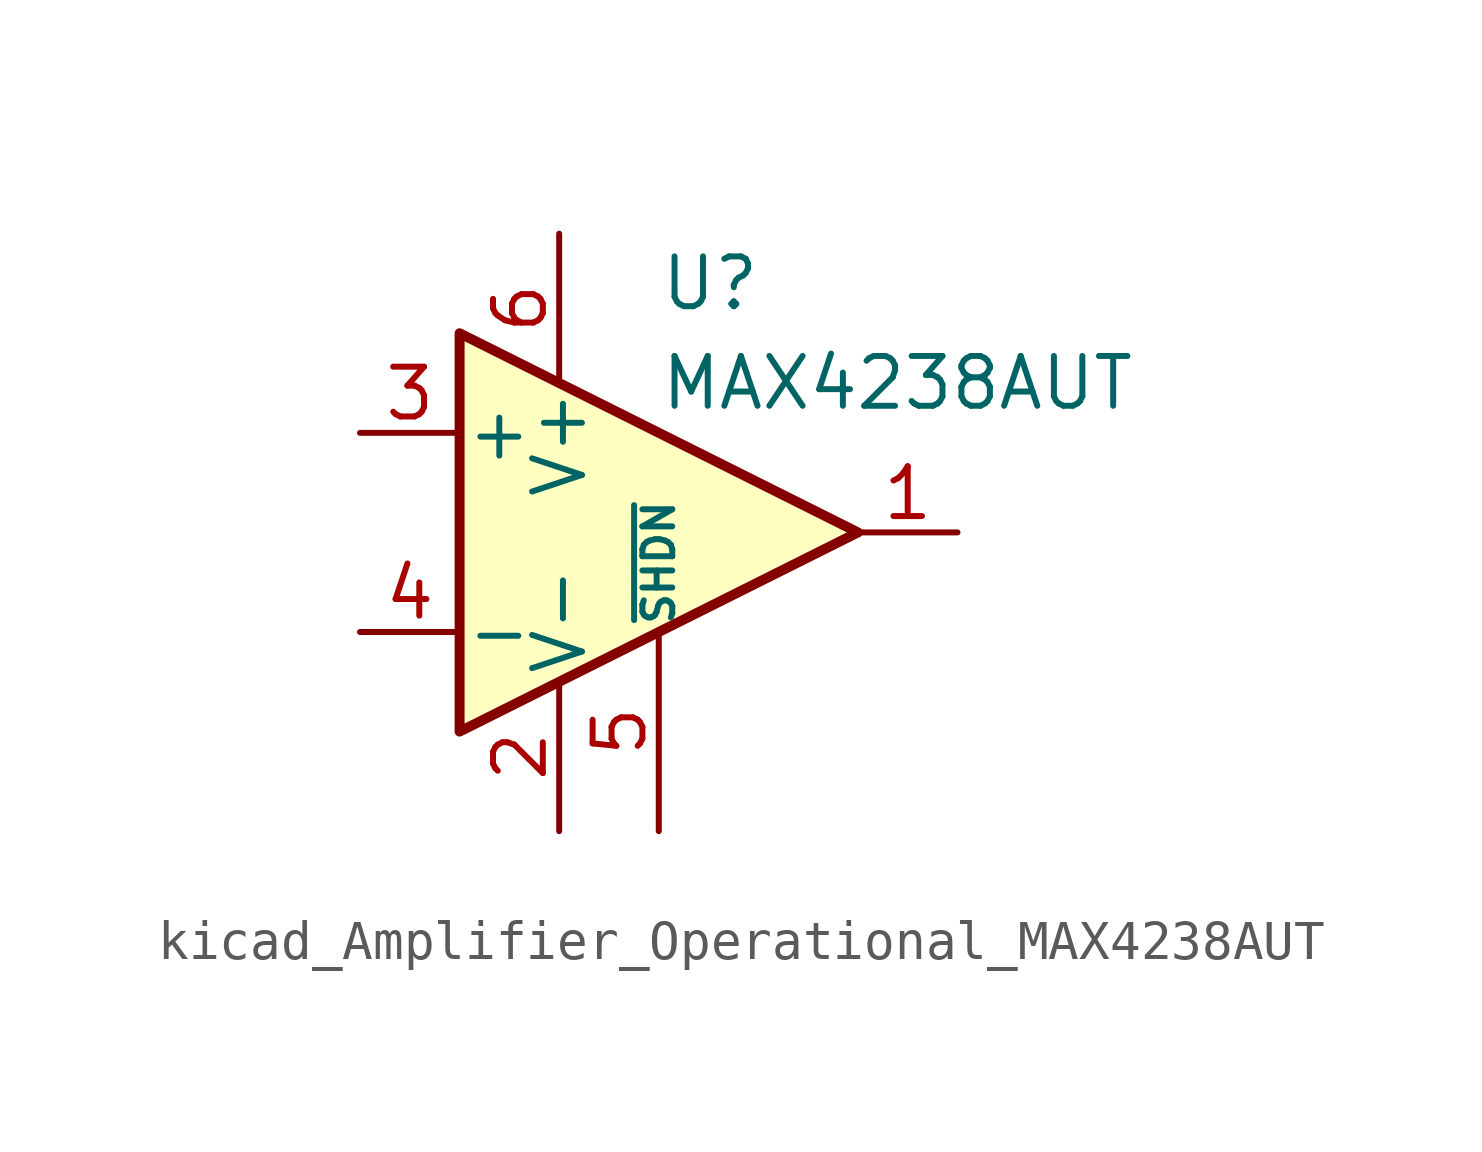
<source format=kicad_sym>
(kicad_symbol_lib
  (version 20220914)
  (generator kicad_symbol_editor)
  (symbol "kicad_Amplifier_Operational_MAX4238AUT"
    (pin_names
      (offset 0.127))
    (property "Reference" "U"
      (at 0 6.35 0)
      (effects (font (size 1.27 1.27)) (justify left)))
    (property "Value" "MAX4238AUT"
      (at 0 3.81 0)
      (effects (font (size 1.27 1.27)) (justify left)))
    (symbol "kicad_Amplifier_Operational_MAX4238AUT_0_1"
      (polyline (pts (xy -5.08 5.08) (xy 5.08 0) (xy -5.08 -5.08) (xy -5.08 5.08)) (stroke (width 0.254) (type default)) (fill (type background))))
    (symbol "kicad_Amplifier_Operational_MAX4238AUT_1_1"
      (pin output line (at 7.62 0 180) (length 2.54) (name "~" (effects (font (size 1.27 1.27)))) (number "1" (effects (font (size 1.27 1.27)))))
      (pin power_in line (at -2.54 -7.62 90) (length 3.81) (name "V-" (effects (font (size 1.27 1.27)))) (number "2" (effects (font (size 1.27 1.27)))))
      (pin input line (at -7.62 2.54 0) (length 2.54) (name "+" (effects (font (size 1.27 1.27)))) (number "3" (effects (font (size 1.27 1.27)))))
      (pin input line (at -7.62 -2.54 0) (length 2.54) (name "-" (effects (font (size 1.27 1.27)))) (number "4" (effects (font (size 1.27 1.27)))))
      (pin input line (at 0 -7.62 90) (length 5.08) (name "~{SHDN}" (effects (font (size 0.762 0.762)))) (number "5" (effects (font (size 1.27 1.27)))))
      (pin power_in line (at -2.54 7.62 270) (length 3.81) (name "V+" (effects (font (size 1.27 1.27)))) (number "6" (effects (font (size 1.27 1.27))))))))
</source>
